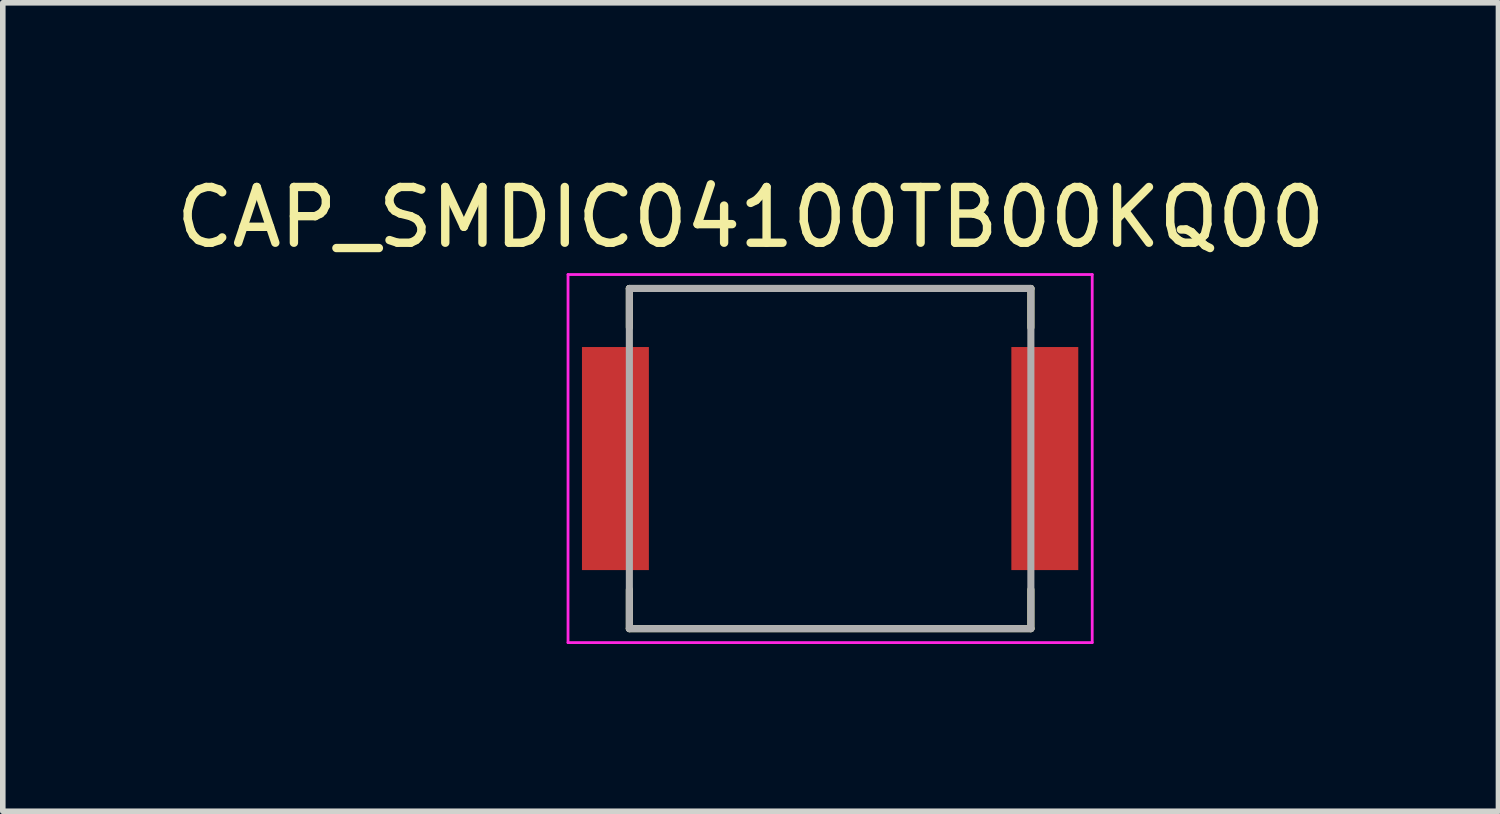
<source format=kicad_pcb>
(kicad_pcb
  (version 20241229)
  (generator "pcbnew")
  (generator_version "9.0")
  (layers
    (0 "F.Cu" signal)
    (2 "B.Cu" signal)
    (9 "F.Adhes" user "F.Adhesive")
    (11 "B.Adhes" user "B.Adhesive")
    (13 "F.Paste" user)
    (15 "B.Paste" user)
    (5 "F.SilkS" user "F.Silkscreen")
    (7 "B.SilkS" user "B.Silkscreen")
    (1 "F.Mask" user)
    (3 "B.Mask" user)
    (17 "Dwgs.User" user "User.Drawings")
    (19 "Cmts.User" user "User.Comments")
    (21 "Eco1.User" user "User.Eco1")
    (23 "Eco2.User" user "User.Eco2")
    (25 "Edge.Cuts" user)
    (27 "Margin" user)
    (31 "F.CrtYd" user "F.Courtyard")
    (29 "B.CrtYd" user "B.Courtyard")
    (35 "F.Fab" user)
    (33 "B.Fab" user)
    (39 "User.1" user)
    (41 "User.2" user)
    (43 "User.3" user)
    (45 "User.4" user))
  (footprint "CAP_SMDIC04100TB00KQ00"
    (layer "F.Cu")
    (at 11.836 5.173)
    (property "Reference" "CAP_SMDIC04100TB00KQ00" (at -1.425 -4.325 0) (layer "F.SilkS") (effects (font (size 1 1) (thickness 0.15))))
    (attr smd)
    (fp_line (start -3.6 -3.05) (end 3.6 -3.05) (stroke (width 0.127) (type solid)) (layer "F.SilkS"))
    (fp_line (start -3.6 -2.35) (end -3.6 -3.05) (stroke (width 0.127) (type solid)) (layer "F.SilkS"))
    (fp_line (start -3.6 2.35) (end -3.6 3.05) (stroke (width 0.127) (type solid)) (layer "F.SilkS"))
    (fp_line (start -3.6 3.05) (end 3.6 3.05) (stroke (width 0.127) (type solid)) (layer "F.SilkS"))
    (fp_line (start 3.6 -3.05) (end 3.6 -2.35) (stroke (width 0.127) (type solid)) (layer "F.SilkS"))
    (fp_line (start 3.6 3.05) (end 3.6 2.35) (stroke (width 0.127) (type solid)) (layer "F.SilkS"))
    (fp_line (start -4.7 -3.3) (end 4.7 -3.3) (stroke (width 0.05) (type solid)) (layer "F.CrtYd"))
    (fp_line (start -4.7 3.3) (end -4.7 -3.3) (stroke (width 0.05) (type solid)) (layer "F.CrtYd"))
    (fp_line (start 4.7 -3.3) (end 4.7 3.3) (stroke (width 0.05) (type solid)) (layer "F.CrtYd"))
    (fp_line (start 4.7 3.3) (end -4.7 3.3) (stroke (width 0.05) (type solid)) (layer "F.CrtYd"))
    (fp_line (start -3.6 -3.05) (end -3.6 3.05) (stroke (width 0.127) (type solid)) (layer "F.Fab"))
    (fp_line (start -3.6 3.05) (end 3.6 3.05) (stroke (width 0.127) (type solid)) (layer "F.Fab"))
    (fp_line (start 3.6 -3.05) (end -3.6 -3.05) (stroke (width 0.127) (type solid)) (layer "F.Fab"))
    (fp_line (start 3.6 3.05) (end 3.6 -3.05) (stroke (width 0.127) (type solid)) (layer "F.Fab"))
    (pad "1" smd rect (at -3.85 0) (size 1.2 4) (layers "F.Cu" "F.Mask" "F.Paste"))
    (pad "2" smd rect (at 3.85 0) (size 1.2 4) (layers "F.Cu" "F.Mask" "F.Paste")))
  (gr_rect
    (start -3 -3)
    (end 23.821 11.498)
    (stroke (width 0.1) (type default))
    (fill no)
    (layer "Edge.Cuts")))
</source>
